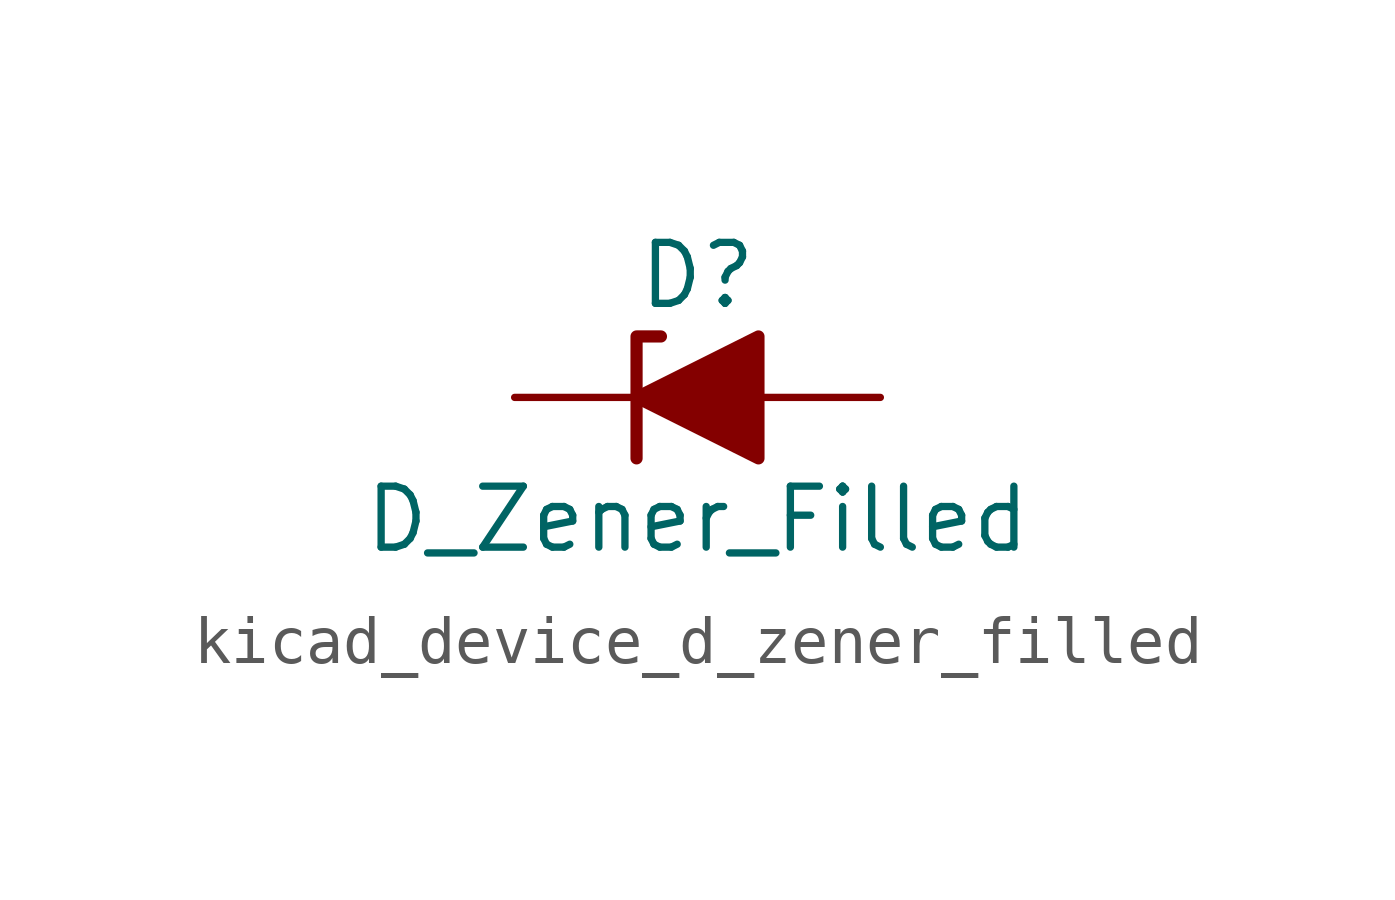
<source format=kicad_sym>
(kicad_symbol_lib
  (version 20220914)
  (generator kicad_symbol_editor)
  (symbol "kicad_device_d_zener_filled"
    (pin_numbers hide)
    (pin_names
      (offset 1.016) hide)
    (property "Reference" "D"
      (at 0 2.54 0)
      (effects (font (size 1.27 1.27))))
    (property "Value" "D_Zener_Filled"
      (at 0 -2.54 0)
      (effects (font (size 1.27 1.27))))
    (symbol "kicad_device_d_zener_filled_0_1"
      (polyline (pts (xy 1.27 0) (xy -1.27 0)) (stroke (width 0) (type default)) (fill (type none)))
      (polyline (pts (xy -1.27 -1.27) (xy -1.27 1.27) (xy -0.762 1.27)) (stroke (width 0.254) (type default)) (fill (type none)))
      (polyline (pts (xy 1.27 -1.27) (xy 1.27 1.27) (xy -1.27 0) (xy 1.27 -1.27)) (stroke (width 0.254) (type default)) (fill (type outline))))
    (symbol "kicad_device_d_zener_filled_1_1"
      (pin passive line (at -3.81 0 0) (length 2.54) (name "K" (effects (font (size 1.27 1.27)))) (number "1" (effects (font (size 1.27 1.27)))))
      (pin passive line (at 3.81 0 180) (length 2.54) (name "A" (effects (font (size 1.27 1.27)))) (number "2" (effects (font (size 1.27 1.27))))))))
</source>
